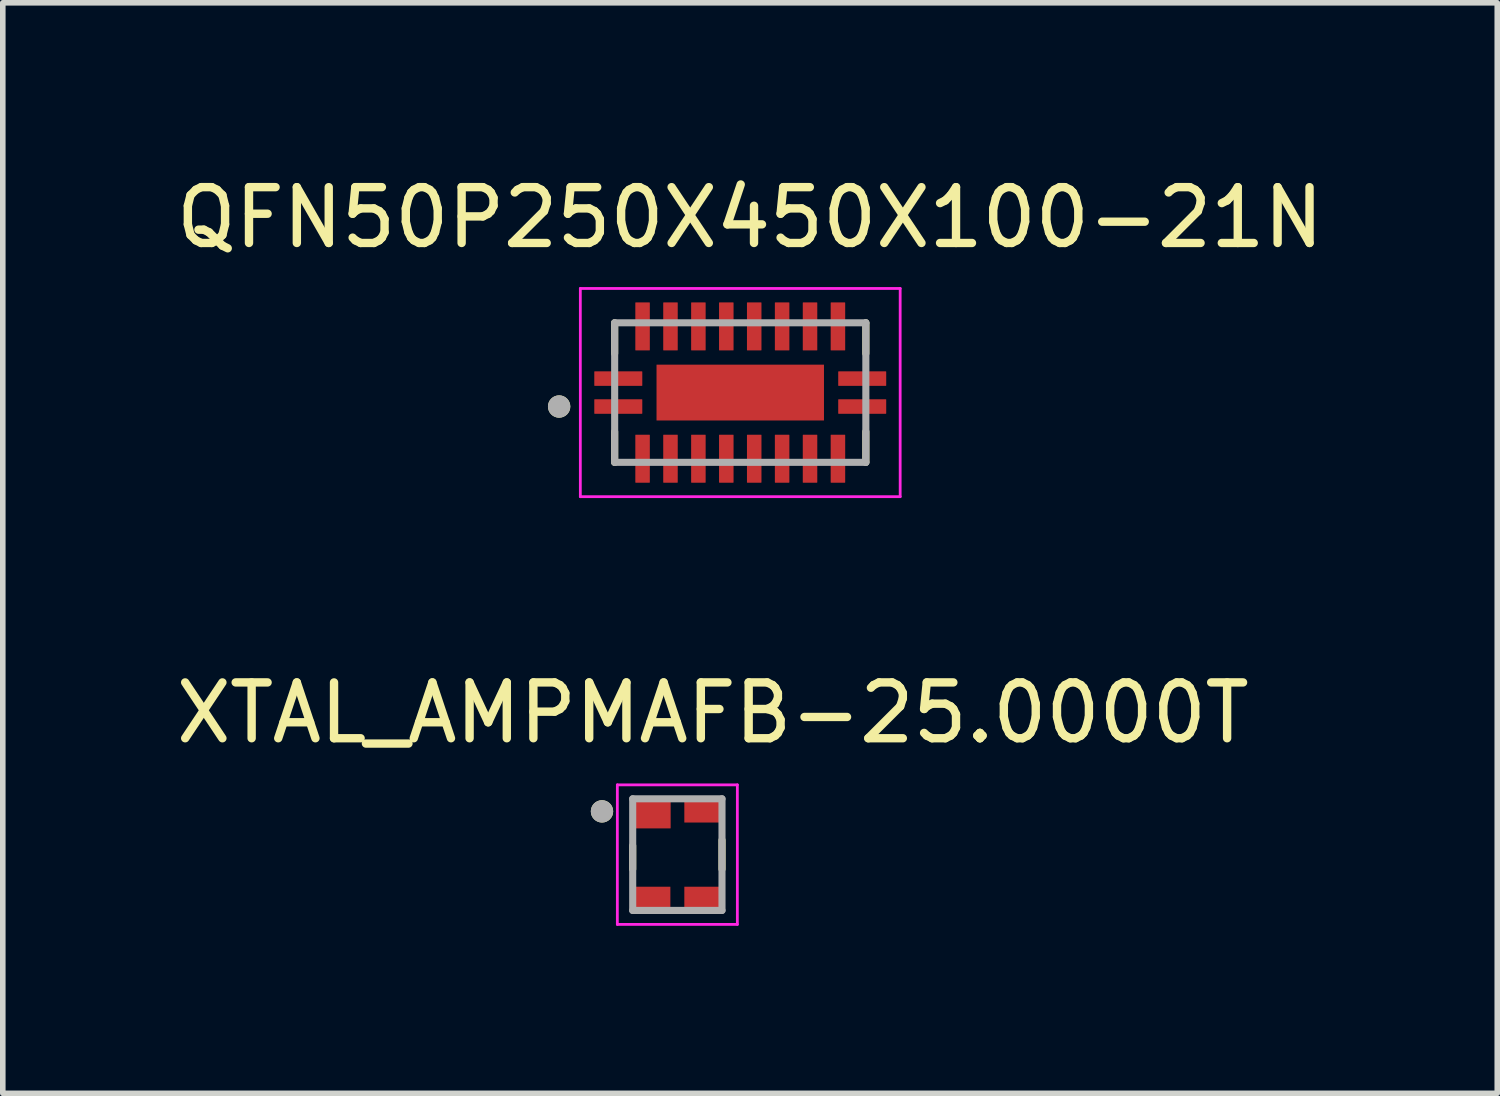
<source format=kicad_pcb>
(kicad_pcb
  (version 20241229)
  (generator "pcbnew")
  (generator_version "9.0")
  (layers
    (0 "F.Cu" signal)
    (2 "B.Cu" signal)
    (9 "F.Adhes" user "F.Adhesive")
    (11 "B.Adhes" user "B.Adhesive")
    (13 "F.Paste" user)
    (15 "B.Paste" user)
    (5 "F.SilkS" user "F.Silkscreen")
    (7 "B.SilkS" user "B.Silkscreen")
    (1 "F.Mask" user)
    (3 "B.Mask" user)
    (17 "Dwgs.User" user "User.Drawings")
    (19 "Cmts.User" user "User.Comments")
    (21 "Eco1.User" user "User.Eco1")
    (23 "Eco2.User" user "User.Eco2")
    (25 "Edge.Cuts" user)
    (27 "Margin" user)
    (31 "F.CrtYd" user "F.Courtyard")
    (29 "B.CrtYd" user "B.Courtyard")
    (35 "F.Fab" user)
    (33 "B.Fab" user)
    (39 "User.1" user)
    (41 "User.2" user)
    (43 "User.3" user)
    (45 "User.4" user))
  (footprint "QFN50P250X450X100-21N"
    (layer "F.Cu")
    (at 10.212 3.983)
    (property "Reference" "QFN50P250X450X100-21N" (at 0.175 -3.135 0) (layer "F.SilkS") (effects (font (size 1 1) (thickness 0.15))))
    (attr smd)
    (fp_line (start -2.25 -1.25) (end -2.25 -0.7) (stroke (width 0.127) (type solid)) (layer "F.SilkS"))
    (fp_line (start -2.25 1.25) (end -2.25 0.7) (stroke (width 0.127) (type solid)) (layer "F.SilkS"))
    (fp_line (start 2.25 -1.25) (end 2.25 -0.7) (stroke (width 0.127) (type solid)) (layer "F.SilkS"))
    (fp_line (start 2.25 1.25) (end 2.25 0.7) (stroke (width 0.127) (type solid)) (layer "F.SilkS"))
    (fp_circle (center -3.245 0.25) (end -3.145 0.25) (stroke (width 0.2) (type solid)) (fill no) (layer "F.SilkS"))
    (fp_poly (pts (xy -0.95 -0.32) (xy 0.95 -0.32) (xy 0.95 0.32) (xy -0.95 0.32)) (stroke (width 0.01) (type solid)) (fill yes) (layer "F.Paste"))
    (fp_line (start -2.865 -1.865) (end 2.865 -1.865) (stroke (width 0.05) (type solid)) (layer "F.CrtYd"))
    (fp_line (start -2.865 1.865) (end -2.865 -1.865) (stroke (width 0.05) (type solid)) (layer "F.CrtYd"))
    (fp_line (start -2.865 1.865) (end 2.865 1.865) (stroke (width 0.05) (type solid)) (layer "F.CrtYd"))
    (fp_line (start 2.865 1.865) (end 2.865 -1.865) (stroke (width 0.05) (type solid)) (layer "F.CrtYd"))
    (fp_line (start -2.25 1.25) (end -2.25 -1.25) (stroke (width 0.127) (type solid)) (layer "F.Fab"))
    (fp_line (start 2.25 -1.25) (end -2.25 -1.25) (stroke (width 0.127) (type solid)) (layer "F.Fab"))
    (fp_line (start 2.25 1.25) (end -2.25 1.25) (stroke (width 0.127) (type solid)) (layer "F.Fab"))
    (fp_line (start 2.25 1.25) (end 2.25 -1.25) (stroke (width 0.127) (type solid)) (layer "F.Fab"))
    (fp_circle (center -3.245 0.25) (end -3.145 0.25) (stroke (width 0.2) (type solid)) (fill no) (layer "F.Fab"))
    (pad "1" smd roundrect (at -2.185 0.25) (size 0.86 0.26) (layers "F.Cu" "F.Mask" "F.Paste") (roundrect_rratio 0.03))
    (pad "2" smd roundrect (at -1.75 1.185 90) (size 0.86 0.26) (layers "F.Cu" "F.Mask" "F.Paste") (roundrect_rratio 0.03))
    (pad "3" smd roundrect (at -1.25 1.185 90) (size 0.86 0.26) (layers "F.Cu" "F.Mask" "F.Paste") (roundrect_rratio 0.03))
    (pad "4" smd roundrect (at -0.75 1.185 90) (size 0.86 0.26) (layers "F.Cu" "F.Mask" "F.Paste") (roundrect_rratio 0.03))
    (pad "5" smd roundrect (at -0.25 1.185 90) (size 0.86 0.26) (layers "F.Cu" "F.Mask" "F.Paste") (roundrect_rratio 0.03))
    (pad "6" smd roundrect (at 0.25 1.185 90) (size 0.86 0.26) (layers "F.Cu" "F.Mask" "F.Paste") (roundrect_rratio 0.03))
    (pad "7" smd roundrect (at 0.75 1.185 90) (size 0.86 0.26) (layers "F.Cu" "F.Mask" "F.Paste") (roundrect_rratio 0.03))
    (pad "8" smd roundrect (at 1.25 1.185 90) (size 0.86 0.26) (layers "F.Cu" "F.Mask" "F.Paste") (roundrect_rratio 0.03))
    (pad "9" smd roundrect (at 1.75 1.185 90) (size 0.86 0.26) (layers "F.Cu" "F.Mask" "F.Paste") (roundrect_rratio 0.03))
    (pad "10" smd roundrect (at 2.185 0.25 180) (size 0.86 0.26) (layers "F.Cu" "F.Mask" "F.Paste") (roundrect_rratio 0.03))
    (pad "11" smd roundrect (at 2.185 -0.25) (size 0.86 0.26) (layers "F.Cu" "F.Mask" "F.Paste") (roundrect_rratio 0.03))
    (pad "12" smd roundrect (at 1.75 -1.185 90) (size 0.86 0.26) (layers "F.Cu" "F.Mask" "F.Paste") (roundrect_rratio 0.03))
    (pad "13" smd roundrect (at 1.25 -1.185 90) (size 0.86 0.26) (layers "F.Cu" "F.Mask" "F.Paste") (roundrect_rratio 0.03))
    (pad "14" smd roundrect (at 0.75 -1.185 90) (size 0.86 0.26) (layers "F.Cu" "F.Mask" "F.Paste") (roundrect_rratio 0.03))
    (pad "15" smd roundrect (at 0.25 -1.185 90) (size 0.86 0.26) (layers "F.Cu" "F.Mask" "F.Paste") (roundrect_rratio 0.03))
    (pad "16" smd roundrect (at -0.25 -1.185 90) (size 0.86 0.26) (layers "F.Cu" "F.Mask" "F.Paste") (roundrect_rratio 0.03))
    (pad "17" smd roundrect (at -0.75 -1.185 90) (size 0.86 0.26) (layers "F.Cu" "F.Mask" "F.Paste") (roundrect_rratio 0.03))
    (pad "18" smd roundrect (at -1.25 -1.185 90) (size 0.86 0.26) (layers "F.Cu" "F.Mask" "F.Paste") (roundrect_rratio 0.03))
    (pad "19" smd roundrect (at -1.75 -1.185 90) (size 0.86 0.26) (layers "F.Cu" "F.Mask" "F.Paste") (roundrect_rratio 0.03))
    (pad "20" smd roundrect (at -2.185 -0.25 180) (size 0.86 0.26) (layers "F.Cu" "F.Mask" "F.Paste") (roundrect_rratio 0.03))
    (pad "21" smd rect (at 0 0) (size 3 1) (layers "F.Cu" "F.Mask")))
  (footprint "XTAL_AMPMAFB-25.0000T"
    (layer "F.Cu")
    (at 9.085 12.261)
    (property "Reference" "XTAL_AMPMAFB-25.0000T" (at 0.635 -2.54 0) (layer "F.SilkS") (effects (font (size 1 1) (thickness 0.15))))
    (attr smd)
    (fp_poly (pts (xy -0.925 -0.375) (xy -0.025 -0.375) (xy -0.025 -1.075) (xy -0.735 -1.075) (xy -0.925 -0.885)) (stroke (width 0.01) (type solid)) (fill yes) (layer "F.Mask"))
    (fp_line (start -0.8 -0.16) (end -0.8 0.26) (stroke (width 0.127) (type solid)) (layer "F.SilkS"))
    (fp_line (start 0.8 -0.26) (end 0.8 0.26) (stroke (width 0.127) (type solid)) (layer "F.SilkS"))
    (fp_circle (center -1.35 -0.775) (end -1.25 -0.775) (stroke (width 0.2) (type solid)) (fill no) (layer "F.SilkS"))
    (fp_poly (pts (xy -0.825 -0.475) (xy -0.125 -0.475) (xy -0.125 -0.975) (xy -0.695 -0.975) (xy -0.825 -0.845)) (stroke (width 0.01) (type solid)) (fill yes) (layer "F.Paste"))
    (fp_line (start -1.075 -1.25) (end 1.075 -1.25) (stroke (width 0.05) (type solid)) (layer "F.CrtYd"))
    (fp_line (start -1.075 1.25) (end -1.075 -1.25) (stroke (width 0.05) (type solid)) (layer "F.CrtYd"))
    (fp_line (start 1.075 -1.25) (end 1.075 1.25) (stroke (width 0.05) (type solid)) (layer "F.CrtYd"))
    (fp_line (start 1.075 1.25) (end -1.075 1.25) (stroke (width 0.05) (type solid)) (layer "F.CrtYd"))
    (fp_line (start -0.8 -1) (end 0.8 -1) (stroke (width 0.127) (type solid)) (layer "F.Fab"))
    (fp_line (start -0.8 1) (end -0.8 -1) (stroke (width 0.127) (type solid)) (layer "F.Fab"))
    (fp_line (start 0.8 -1) (end 0.8 1) (stroke (width 0.127) (type solid)) (layer "F.Fab"))
    (fp_line (start 0.8 1) (end -0.8 1) (stroke (width 0.127) (type solid)) (layer "F.Fab"))
    (fp_circle (center -1.35 -0.775) (end -1.25 -0.775) (stroke (width 0.2) (type solid)) (fill no) (layer "F.Fab"))
    (pad "1" smd custom (at -0.475 -0.725) (size 0.2 0.2) (layers "F.Cu") (options (anchor rect)) (primitives (gr_poly (pts (xy -0.35 0.25) (xy 0.35 0.25) (xy 0.35 -0.25) (xy -0.22 -0.25) (xy -0.35 -0.12)) (width 0.01) (fill yes))))
    (pad "2" smd rect (at -0.475 0.775) (size 0.7 0.4) (layers "F.Cu" "F.Mask" "F.Paste"))
    (pad "3" smd rect (at 0.475 0.775) (size 0.7 0.4) (layers "F.Cu" "F.Mask" "F.Paste"))
    (pad "4" smd rect (at 0.475 -0.775) (size 0.7 0.4) (layers "F.Cu" "F.Mask" "F.Paste")))
  (gr_rect
    (start -3 -3)
    (end 23.774 16.537)
    (stroke (width 0.1) (type default))
    (fill no)
    (layer "Edge.Cuts")))
</source>
